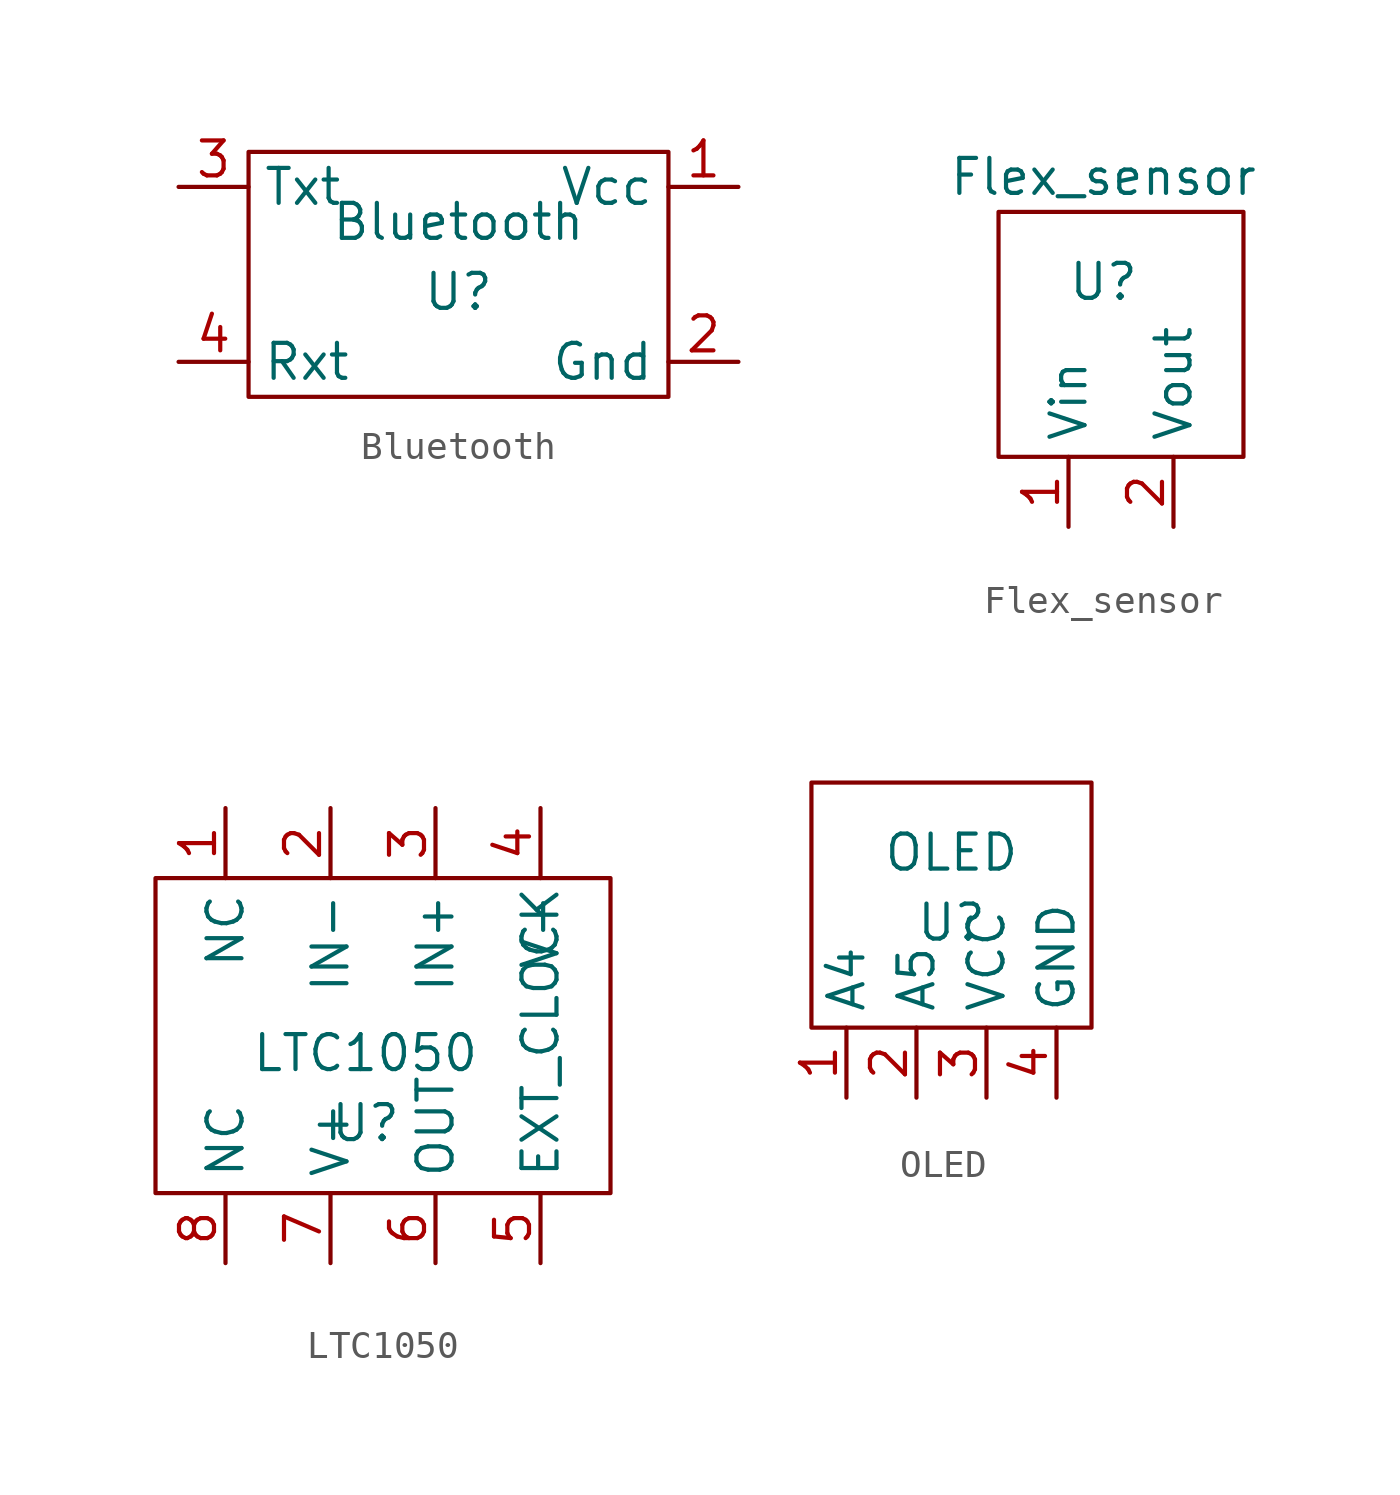
<source format=kicad_sym>
(kicad_symbol_lib
  (version 20211014)
  (generator kicad_symbol_editor)
  (symbol "Bluetooth"
    (property "Reference" "U"
      (at 0 0 0)
      (effects (font (size 1.27 1.27))))
    (property "Value" "Bluetooth"
      (at 0 2.54 0)
      (effects (font (size 1.27 1.27))))
    (symbol "Bluetooth_0_1"
      (rectangle (start -7.62 5.08) (end 7.62 -3.81) (stroke (width 0) (type default) (color 0 0 0 0)) (fill (type none))))
    (symbol "Bluetooth_1_1"
      (pin bidirectional line (at 10.16 3.81 180) (length 2.54) (name "Vcc" (effects (font (size 1.27 1.27)))) (number "1" (effects (font (size 1.27 1.27)))))
      (pin bidirectional line (at 10.16 -2.54 180) (length 2.54) (name "Gnd" (effects (font (size 1.27 1.27)))) (number "2" (effects (font (size 1.27 1.27)))))
      (pin bidirectional line (at -10.16 3.81 0) (length 2.54) (name "Txt" (effects (font (size 1.27 1.27)))) (number "3" (effects (font (size 1.27 1.27)))))
      (pin bidirectional line (at -10.16 -2.54 0) (length 2.54) (name "Rxt" (effects (font (size 1.27 1.27)))) (number "4" (effects (font (size 1.27 1.27)))))))
  (symbol "Flex_sensor"
    (property "Reference" "U"
      (at 0 0 0)
      (effects (font (size 1.27 1.27))))
    (property "Value" "Flex_sensor"
      (at 0 3.81 0)
      (effects (font (size 1.27 1.27))))
    (symbol "Flex_sensor_0_1"
      (rectangle (start -3.81 2.54) (end 5.08 -6.35) (stroke (width 0) (type default) (color 0 0 0 0)) (fill (type none))))
    (symbol "Flex_sensor_1_1"
      (pin bidirectional line (at -1.27 -8.89 90) (length 2.54) (name "Vin" (effects (font (size 1.27 1.27)))) (number "1" (effects (font (size 1.27 1.27)))))
      (pin bidirectional line (at 2.54 -8.89 90) (length 2.54) (name "Vout" (effects (font (size 1.27 1.27)))) (number "2" (effects (font (size 1.27 1.27)))))))
  (symbol "LTC1050"
    (property "Reference" "U"
      (at 0 -3.81 0)
      (effects (font (size 1.27 1.27))))
    (property "Value" "LTC1050"
      (at 0 -1.27 0)
      (effects (font (size 1.27 1.27))))
    (symbol "LTC1050_0_1"
      (rectangle (start -7.62 5.08) (end 8.89 -6.35) (stroke (width 0) (type default) (color 0 0 0 0)) (fill (type none))))
    (symbol "LTC1050_1_1"
      (pin bidirectional line (at -5.08 7.62 270) (length 2.54) (name "NC" (effects (font (size 1.27 1.27)))) (number "1" (effects (font (size 1.27 1.27)))))
      (pin bidirectional line (at -1.27 7.62 270) (length 2.54) (name "IN-" (effects (font (size 1.27 1.27)))) (number "2" (effects (font (size 1.27 1.27)))))
      (pin bidirectional line (at 2.54 7.62 270) (length 2.54) (name "IN+" (effects (font (size 1.27 1.27)))) (number "3" (effects (font (size 1.27 1.27)))))
      (pin bidirectional line (at 6.35 7.62 270) (length 2.54) (name "V-" (effects (font (size 1.27 1.27)))) (number "4" (effects (font (size 1.27 1.27)))))
      (pin bidirectional line (at 6.35 -8.89 90) (length 2.54) (name "EXT_CLOCK" (effects (font (size 1.27 1.27)))) (number "5" (effects (font (size 1.27 1.27)))))
      (pin bidirectional line (at 2.54 -8.89 90) (length 2.54) (name "OUT" (effects (font (size 1.27 1.27)))) (number "6" (effects (font (size 1.27 1.27)))))
      (pin bidirectional line (at -1.27 -8.89 90) (length 2.54) (name "V+" (effects (font (size 1.27 1.27)))) (number "7" (effects (font (size 1.27 1.27)))))
      (pin bidirectional line (at -5.08 -8.89 90) (length 2.54) (name "NC" (effects (font (size 1.27 1.27)))) (number "8" (effects (font (size 1.27 1.27)))))))
  (symbol "OLED"
    (property "Reference" "U"
      (at 0 0 0)
      (effects (font (size 1.27 1.27))))
    (property "Value" "OLED"
      (at 0 2.54 0)
      (effects (font (size 1.27 1.27))))
    (symbol "OLED_0_1"
      (rectangle (start -5.08 5.08) (end 5.08 -3.81) (stroke (width 0) (type default) (color 0 0 0 0)) (fill (type none))))
    (symbol "OLED_1_1"
      (pin bidirectional line (at -3.81 -6.35 90) (length 2.54) (name "A4" (effects (font (size 1.27 1.27)))) (number "1" (effects (font (size 1.27 1.27)))))
      (pin bidirectional line (at -1.27 -6.35 90) (length 2.54) (name "A5" (effects (font (size 1.27 1.27)))) (number "2" (effects (font (size 1.27 1.27)))))
      (pin bidirectional line (at 1.27 -6.35 90) (length 2.54) (name "VCC" (effects (font (size 1.27 1.27)))) (number "3" (effects (font (size 1.27 1.27)))))
      (pin bidirectional line (at 3.81 -6.35 90) (length 2.54) (name "GND" (effects (font (size 1.27 1.27)))) (number "4" (effects (font (size 1.27 1.27))))))))
</source>
